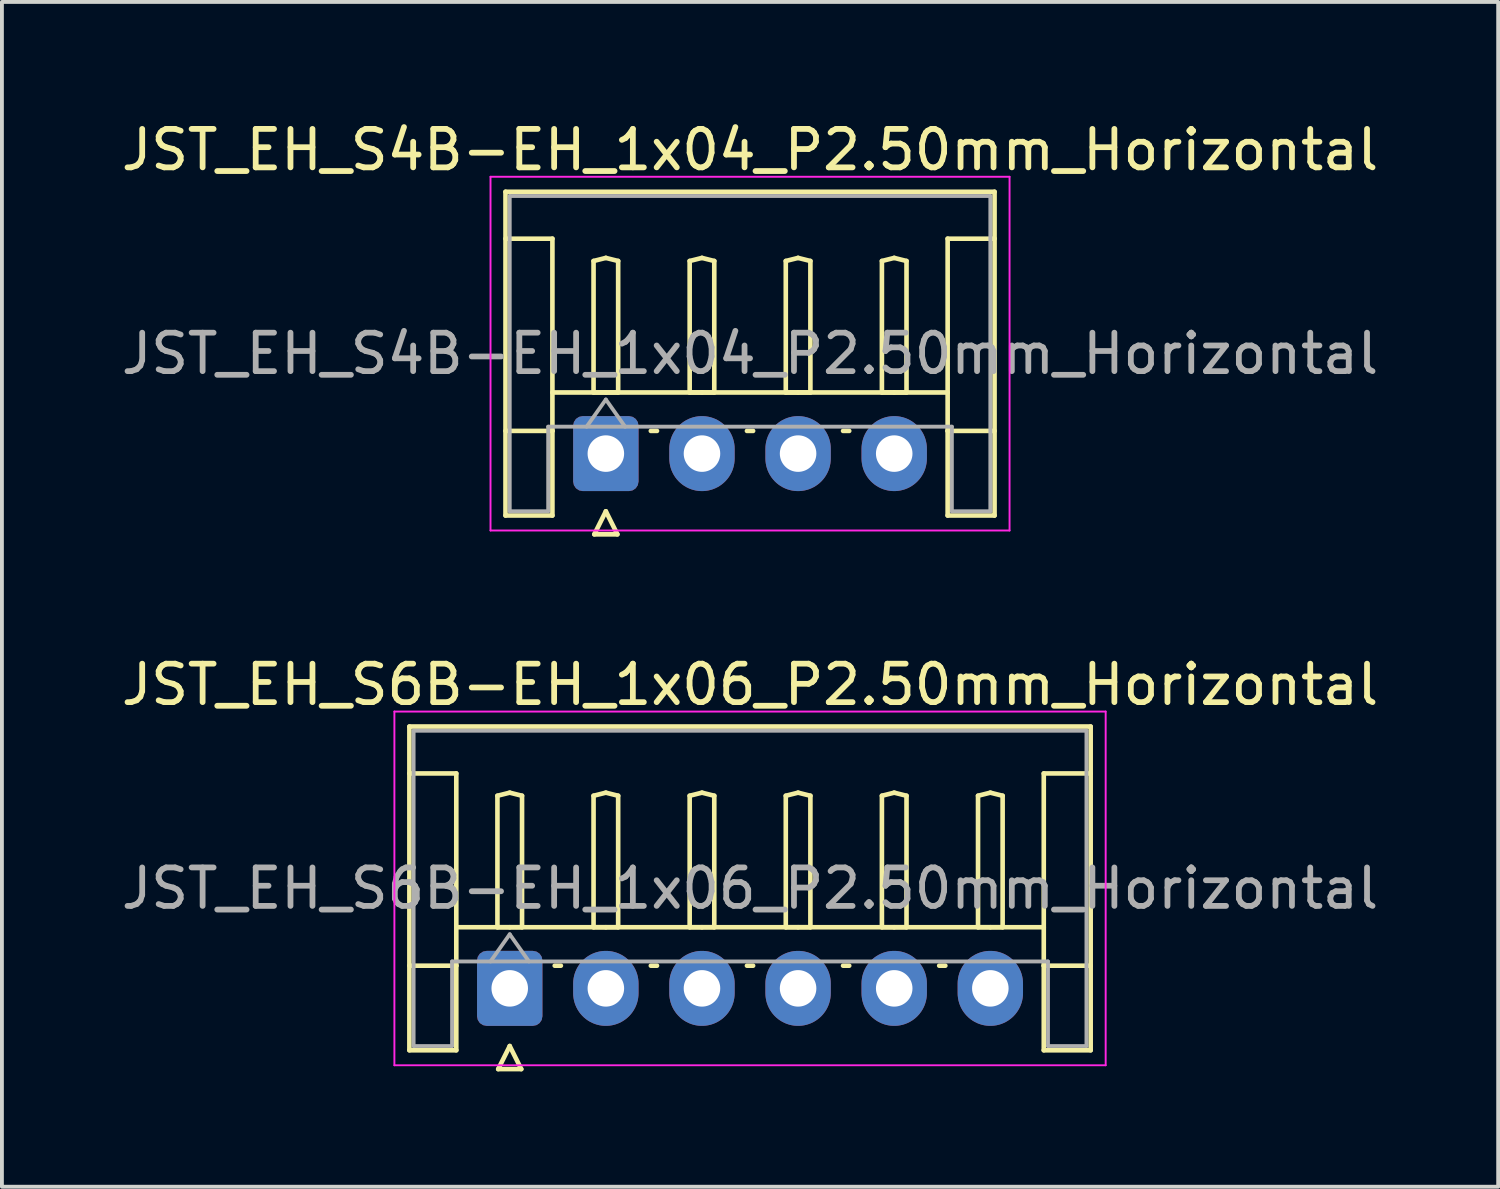
<source format=kicad_pcb>
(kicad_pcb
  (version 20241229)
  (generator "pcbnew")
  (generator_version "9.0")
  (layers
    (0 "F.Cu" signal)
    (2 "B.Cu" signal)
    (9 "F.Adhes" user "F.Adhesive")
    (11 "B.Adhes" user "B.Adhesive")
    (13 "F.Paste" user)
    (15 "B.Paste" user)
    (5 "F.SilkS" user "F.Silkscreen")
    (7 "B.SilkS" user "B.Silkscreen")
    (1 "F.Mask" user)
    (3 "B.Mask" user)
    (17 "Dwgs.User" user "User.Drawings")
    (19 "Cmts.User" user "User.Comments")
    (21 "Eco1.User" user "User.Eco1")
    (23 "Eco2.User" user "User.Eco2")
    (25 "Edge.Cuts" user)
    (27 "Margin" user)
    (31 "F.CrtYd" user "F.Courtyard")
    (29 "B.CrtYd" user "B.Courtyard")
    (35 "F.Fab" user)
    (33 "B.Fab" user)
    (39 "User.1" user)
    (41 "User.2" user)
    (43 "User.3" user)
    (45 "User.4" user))
  (footprint "JST_EH_S6B-EH_1x06_P2.50mm_Horizontal"
    (layer "F.Cu")
    (at 10.208 22.657)
    (property "Reference" "JST_EH_S6B-EH_1x06_P2.50mm_Horizontal" (at 6.25 -7.9 0) (layer "F.SilkS") (effects (font (size 1 1) (thickness 0.15))))
    (attr through_hole)
    (fp_line (start -2.61 -6.81) (end 15.11 -6.81) (stroke (width 0.12) (type solid)) (layer "F.SilkS"))
    (fp_line (start -2.61 -5.59) (end -1.39 -5.59) (stroke (width 0.12) (type solid)) (layer "F.SilkS"))
    (fp_line (start -2.61 1.61) (end -2.61 -6.81) (stroke (width 0.12) (type solid)) (layer "F.SilkS"))
    (fp_line (start -1.39 -5.59) (end -1.39 -0.59) (stroke (width 0.12) (type solid)) (layer "F.SilkS"))
    (fp_line (start -1.39 -1.59) (end 13.89 -1.59) (stroke (width 0.12) (type solid)) (layer "F.SilkS"))
    (fp_line (start -1.39 -0.59) (end -2.61 -0.59) (stroke (width 0.12) (type solid)) (layer "F.SilkS"))
    (fp_line (start -1.39 -0.59) (end -1.39 1.61) (stroke (width 0.12) (type solid)) (layer "F.SilkS"))
    (fp_line (start -1.39 1.61) (end -2.61 1.61) (stroke (width 0.12) (type solid)) (layer "F.SilkS"))
    (fp_line (start -0.32 -5.01) (end 0 -5.09) (stroke (width 0.12) (type solid)) (layer "F.SilkS"))
    (fp_line (start -0.32 -1.59) (end -0.32 -5.01) (stroke (width 0.12) (type solid)) (layer "F.SilkS"))
    (fp_line (start -0.3 2.1) (end 0.3 2.1) (stroke (width 0.12) (type solid)) (layer "F.SilkS"))
    (fp_line (start 0 -5.09) (end 0.32 -5.01) (stroke (width 0.12) (type solid)) (layer "F.SilkS"))
    (fp_line (start 0 -1.59) (end -0.32 -1.59) (stroke (width 0.12) (type solid)) (layer "F.SilkS"))
    (fp_line (start 0 1.5) (end -0.3 2.1) (stroke (width 0.12) (type solid)) (layer "F.SilkS"))
    (fp_line (start 0.3 2.1) (end 0 1.5) (stroke (width 0.12) (type solid)) (layer "F.SilkS"))
    (fp_line (start 0.32 -5.01) (end 0.32 -1.59) (stroke (width 0.12) (type solid)) (layer "F.SilkS"))
    (fp_line (start 0.32 -1.59) (end 0 -1.59) (stroke (width 0.12) (type solid)) (layer "F.SilkS"))
    (fp_line (start 1.17 -0.59) (end 1.33 -0.59) (stroke (width 0.12) (type solid)) (layer "F.SilkS"))
    (fp_line (start 2.18 -5.01) (end 2.5 -5.09) (stroke (width 0.12) (type solid)) (layer "F.SilkS"))
    (fp_line (start 2.18 -1.59) (end 2.18 -5.01) (stroke (width 0.12) (type solid)) (layer "F.SilkS"))
    (fp_line (start 2.5 -5.09) (end 2.82 -5.01) (stroke (width 0.12) (type solid)) (layer "F.SilkS"))
    (fp_line (start 2.5 -1.59) (end 2.18 -1.59) (stroke (width 0.12) (type solid)) (layer "F.SilkS"))
    (fp_line (start 2.82 -5.01) (end 2.82 -1.59) (stroke (width 0.12) (type solid)) (layer "F.SilkS"))
    (fp_line (start 2.82 -1.59) (end 2.5 -1.59) (stroke (width 0.12) (type solid)) (layer "F.SilkS"))
    (fp_line (start 3.67 -0.59) (end 3.83 -0.59) (stroke (width 0.12) (type solid)) (layer "F.SilkS"))
    (fp_line (start 4.68 -5.01) (end 5 -5.09) (stroke (width 0.12) (type solid)) (layer "F.SilkS"))
    (fp_line (start 4.68 -1.59) (end 4.68 -5.01) (stroke (width 0.12) (type solid)) (layer "F.SilkS"))
    (fp_line (start 5 -5.09) (end 5.32 -5.01) (stroke (width 0.12) (type solid)) (layer "F.SilkS"))
    (fp_line (start 5 -1.59) (end 4.68 -1.59) (stroke (width 0.12) (type solid)) (layer "F.SilkS"))
    (fp_line (start 5.32 -5.01) (end 5.32 -1.59) (stroke (width 0.12) (type solid)) (layer "F.SilkS"))
    (fp_line (start 5.32 -1.59) (end 5 -1.59) (stroke (width 0.12) (type solid)) (layer "F.SilkS"))
    (fp_line (start 6.17 -0.59) (end 6.33 -0.59) (stroke (width 0.12) (type solid)) (layer "F.SilkS"))
    (fp_line (start 7.18 -5.01) (end 7.5 -5.09) (stroke (width 0.12) (type solid)) (layer "F.SilkS"))
    (fp_line (start 7.18 -1.59) (end 7.18 -5.01) (stroke (width 0.12) (type solid)) (layer "F.SilkS"))
    (fp_line (start 7.5 -5.09) (end 7.82 -5.01) (stroke (width 0.12) (type solid)) (layer "F.SilkS"))
    (fp_line (start 7.5 -1.59) (end 7.18 -1.59) (stroke (width 0.12) (type solid)) (layer "F.SilkS"))
    (fp_line (start 7.82 -5.01) (end 7.82 -1.59) (stroke (width 0.12) (type solid)) (layer "F.SilkS"))
    (fp_line (start 7.82 -1.59) (end 7.5 -1.59) (stroke (width 0.12) (type solid)) (layer "F.SilkS"))
    (fp_line (start 8.67 -0.59) (end 8.83 -0.59) (stroke (width 0.12) (type solid)) (layer "F.SilkS"))
    (fp_line (start 9.68 -5.01) (end 10 -5.09) (stroke (width 0.12) (type solid)) (layer "F.SilkS"))
    (fp_line (start 9.68 -1.59) (end 9.68 -5.01) (stroke (width 0.12) (type solid)) (layer "F.SilkS"))
    (fp_line (start 10 -5.09) (end 10.32 -5.01) (stroke (width 0.12) (type solid)) (layer "F.SilkS"))
    (fp_line (start 10 -1.59) (end 9.68 -1.59) (stroke (width 0.12) (type solid)) (layer "F.SilkS"))
    (fp_line (start 10.32 -5.01) (end 10.32 -1.59) (stroke (width 0.12) (type solid)) (layer "F.SilkS"))
    (fp_line (start 10.32 -1.59) (end 10 -1.59) (stroke (width 0.12) (type solid)) (layer "F.SilkS"))
    (fp_line (start 11.17 -0.59) (end 11.33 -0.59) (stroke (width 0.12) (type solid)) (layer "F.SilkS"))
    (fp_line (start 12.18 -5.01) (end 12.5 -5.09) (stroke (width 0.12) (type solid)) (layer "F.SilkS"))
    (fp_line (start 12.18 -1.59) (end 12.18 -5.01) (stroke (width 0.12) (type solid)) (layer "F.SilkS"))
    (fp_line (start 12.5 -5.09) (end 12.82 -5.01) (stroke (width 0.12) (type solid)) (layer "F.SilkS"))
    (fp_line (start 12.5 -1.59) (end 12.18 -1.59) (stroke (width 0.12) (type solid)) (layer "F.SilkS"))
    (fp_line (start 12.82 -5.01) (end 12.82 -1.59) (stroke (width 0.12) (type solid)) (layer "F.SilkS"))
    (fp_line (start 12.82 -1.59) (end 12.5 -1.59) (stroke (width 0.12) (type solid)) (layer "F.SilkS"))
    (fp_line (start 13.89 -5.59) (end 13.89 -0.59) (stroke (width 0.12) (type solid)) (layer "F.SilkS"))
    (fp_line (start 13.89 -0.59) (end 15.11 -0.59) (stroke (width 0.12) (type solid)) (layer "F.SilkS"))
    (fp_line (start 13.89 1.61) (end 13.89 -0.59) (stroke (width 0.12) (type solid)) (layer "F.SilkS"))
    (fp_line (start 15.11 -6.81) (end 15.11 1.61) (stroke (width 0.12) (type solid)) (layer "F.SilkS"))
    (fp_line (start 15.11 -5.59) (end 13.89 -5.59) (stroke (width 0.12) (type solid)) (layer "F.SilkS"))
    (fp_line (start 15.11 1.61) (end 13.89 1.61) (stroke (width 0.12) (type solid)) (layer "F.SilkS"))
    (fp_line (start -3 -7.2) (end -3 2) (stroke (width 0.05) (type solid)) (layer "F.CrtYd"))
    (fp_line (start -3 2) (end 15.5 2) (stroke (width 0.05) (type solid)) (layer "F.CrtYd"))
    (fp_line (start 15.5 -7.2) (end -3 -7.2) (stroke (width 0.05) (type solid)) (layer "F.CrtYd"))
    (fp_line (start 15.5 2) (end 15.5 -7.2) (stroke (width 0.05) (type solid)) (layer "F.CrtYd"))
    (fp_line (start -2.5 -6.7) (end 15 -6.7) (stroke (width 0.1) (type solid)) (layer "F.Fab"))
    (fp_line (start -2.5 1.5) (end -2.5 -6.7) (stroke (width 0.1) (type solid)) (layer "F.Fab"))
    (fp_line (start -1.5 -0.7) (end -1.5 1.5) (stroke (width 0.1) (type solid)) (layer "F.Fab"))
    (fp_line (start -1.5 1.5) (end -2.5 1.5) (stroke (width 0.1) (type solid)) (layer "F.Fab"))
    (fp_line (start -0.5 -0.7) (end 0 -1.407) (stroke (width 0.1) (type solid)) (layer "F.Fab"))
    (fp_line (start 0 -1.407) (end 0.5 -0.7) (stroke (width 0.1) (type solid)) (layer "F.Fab"))
    (fp_line (start 14 -0.7) (end -1.5 -0.7) (stroke (width 0.1) (type solid)) (layer "F.Fab"))
    (fp_line (start 14 1.5) (end 14 -0.7) (stroke (width 0.1) (type solid)) (layer "F.Fab"))
    (fp_line (start 15 -6.7) (end 15 1.5) (stroke (width 0.1) (type solid)) (layer "F.Fab"))
    (fp_line (start 15 1.5) (end 14 1.5) (stroke (width 0.1) (type solid)) (layer "F.Fab"))
    (fp_text user "${REFERENCE}" (at 6.25 -2.6 0) (layer "F.Fab") (effects (font (size 1 1) (thickness 0.15))))
    (pad "1" thru_hole roundrect (at 0 0) (size 1.7 1.95) (drill 0.95) (layers "*.Cu" "*.Mask") (roundrect_rratio 0.147))
    (pad "2" thru_hole oval (at 2.5 0) (size 1.7 1.95) (drill 0.95) (layers "*.Cu" "*.Mask"))
    (pad "3" thru_hole oval (at 5 0) (size 1.7 1.95) (drill 0.95) (layers "*.Cu" "*.Mask"))
    (pad "4" thru_hole oval (at 7.5 0) (size 1.7 1.95) (drill 0.95) (layers "*.Cu" "*.Mask"))
    (pad "5" thru_hole oval (at 10 0) (size 1.7 1.95) (drill 0.95) (layers "*.Cu" "*.Mask"))
    (pad "6" thru_hole oval (at 12.5 0) (size 1.7 1.95) (drill 0.95) (layers "*.Cu" "*.Mask")))
  (footprint "JST_EH_S4B-EH_1x04_P2.50mm_Horizontal"
    (layer "F.Cu")
    (at 12.708 8.748)
    (property "Reference" "JST_EH_S4B-EH_1x04_P2.50mm_Horizontal" (at 3.75 -7.9 0) (layer "F.SilkS") (effects (font (size 1 1) (thickness 0.15))))
    (attr through_hole)
    (fp_line (start -2.61 -6.81) (end 10.11 -6.81) (stroke (width 0.12) (type solid)) (layer "F.SilkS"))
    (fp_line (start -2.61 -5.59) (end -1.39 -5.59) (stroke (width 0.12) (type solid)) (layer "F.SilkS"))
    (fp_line (start -2.61 1.61) (end -2.61 -6.81) (stroke (width 0.12) (type solid)) (layer "F.SilkS"))
    (fp_line (start -1.39 -5.59) (end -1.39 -0.59) (stroke (width 0.12) (type solid)) (layer "F.SilkS"))
    (fp_line (start -1.39 -1.59) (end 8.89 -1.59) (stroke (width 0.12) (type solid)) (layer "F.SilkS"))
    (fp_line (start -1.39 -0.59) (end -2.61 -0.59) (stroke (width 0.12) (type solid)) (layer "F.SilkS"))
    (fp_line (start -1.39 -0.59) (end -1.39 1.61) (stroke (width 0.12) (type solid)) (layer "F.SilkS"))
    (fp_line (start -1.39 1.61) (end -2.61 1.61) (stroke (width 0.12) (type solid)) (layer "F.SilkS"))
    (fp_line (start -0.32 -5.01) (end 0 -5.09) (stroke (width 0.12) (type solid)) (layer "F.SilkS"))
    (fp_line (start -0.32 -1.59) (end -0.32 -5.01) (stroke (width 0.12) (type solid)) (layer "F.SilkS"))
    (fp_line (start -0.3 2.1) (end 0.3 2.1) (stroke (width 0.12) (type solid)) (layer "F.SilkS"))
    (fp_line (start 0 -5.09) (end 0.32 -5.01) (stroke (width 0.12) (type solid)) (layer "F.SilkS"))
    (fp_line (start 0 -1.59) (end -0.32 -1.59) (stroke (width 0.12) (type solid)) (layer "F.SilkS"))
    (fp_line (start 0 1.5) (end -0.3 2.1) (stroke (width 0.12) (type solid)) (layer "F.SilkS"))
    (fp_line (start 0.3 2.1) (end 0 1.5) (stroke (width 0.12) (type solid)) (layer "F.SilkS"))
    (fp_line (start 0.32 -5.01) (end 0.32 -1.59) (stroke (width 0.12) (type solid)) (layer "F.SilkS"))
    (fp_line (start 0.32 -1.59) (end 0 -1.59) (stroke (width 0.12) (type solid)) (layer "F.SilkS"))
    (fp_line (start 1.17 -0.59) (end 1.33 -0.59) (stroke (width 0.12) (type solid)) (layer "F.SilkS"))
    (fp_line (start 2.18 -5.01) (end 2.5 -5.09) (stroke (width 0.12) (type solid)) (layer "F.SilkS"))
    (fp_line (start 2.18 -1.59) (end 2.18 -5.01) (stroke (width 0.12) (type solid)) (layer "F.SilkS"))
    (fp_line (start 2.5 -5.09) (end 2.82 -5.01) (stroke (width 0.12) (type solid)) (layer "F.SilkS"))
    (fp_line (start 2.5 -1.59) (end 2.18 -1.59) (stroke (width 0.12) (type solid)) (layer "F.SilkS"))
    (fp_line (start 2.82 -5.01) (end 2.82 -1.59) (stroke (width 0.12) (type solid)) (layer "F.SilkS"))
    (fp_line (start 2.82 -1.59) (end 2.5 -1.59) (stroke (width 0.12) (type solid)) (layer "F.SilkS"))
    (fp_line (start 3.67 -0.59) (end 3.83 -0.59) (stroke (width 0.12) (type solid)) (layer "F.SilkS"))
    (fp_line (start 4.68 -5.01) (end 5 -5.09) (stroke (width 0.12) (type solid)) (layer "F.SilkS"))
    (fp_line (start 4.68 -1.59) (end 4.68 -5.01) (stroke (width 0.12) (type solid)) (layer "F.SilkS"))
    (fp_line (start 5 -5.09) (end 5.32 -5.01) (stroke (width 0.12) (type solid)) (layer "F.SilkS"))
    (fp_line (start 5 -1.59) (end 4.68 -1.59) (stroke (width 0.12) (type solid)) (layer "F.SilkS"))
    (fp_line (start 5.32 -5.01) (end 5.32 -1.59) (stroke (width 0.12) (type solid)) (layer "F.SilkS"))
    (fp_line (start 5.32 -1.59) (end 5 -1.59) (stroke (width 0.12) (type solid)) (layer "F.SilkS"))
    (fp_line (start 6.17 -0.59) (end 6.33 -0.59) (stroke (width 0.12) (type solid)) (layer "F.SilkS"))
    (fp_line (start 7.18 -5.01) (end 7.5 -5.09) (stroke (width 0.12) (type solid)) (layer "F.SilkS"))
    (fp_line (start 7.18 -1.59) (end 7.18 -5.01) (stroke (width 0.12) (type solid)) (layer "F.SilkS"))
    (fp_line (start 7.5 -5.09) (end 7.82 -5.01) (stroke (width 0.12) (type solid)) (layer "F.SilkS"))
    (fp_line (start 7.5 -1.59) (end 7.18 -1.59) (stroke (width 0.12) (type solid)) (layer "F.SilkS"))
    (fp_line (start 7.82 -5.01) (end 7.82 -1.59) (stroke (width 0.12) (type solid)) (layer "F.SilkS"))
    (fp_line (start 7.82 -1.59) (end 7.5 -1.59) (stroke (width 0.12) (type solid)) (layer "F.SilkS"))
    (fp_line (start 8.89 -5.59) (end 8.89 -0.59) (stroke (width 0.12) (type solid)) (layer "F.SilkS"))
    (fp_line (start 8.89 -0.59) (end 10.11 -0.59) (stroke (width 0.12) (type solid)) (layer "F.SilkS"))
    (fp_line (start 8.89 1.61) (end 8.89 -0.59) (stroke (width 0.12) (type solid)) (layer "F.SilkS"))
    (fp_line (start 10.11 -6.81) (end 10.11 1.61) (stroke (width 0.12) (type solid)) (layer "F.SilkS"))
    (fp_line (start 10.11 -5.59) (end 8.89 -5.59) (stroke (width 0.12) (type solid)) (layer "F.SilkS"))
    (fp_line (start 10.11 1.61) (end 8.89 1.61) (stroke (width 0.12) (type solid)) (layer "F.SilkS"))
    (fp_line (start -3 -7.2) (end -3 2) (stroke (width 0.05) (type solid)) (layer "F.CrtYd"))
    (fp_line (start -3 2) (end 10.5 2) (stroke (width 0.05) (type solid)) (layer "F.CrtYd"))
    (fp_line (start 10.5 -7.2) (end -3 -7.2) (stroke (width 0.05) (type solid)) (layer "F.CrtYd"))
    (fp_line (start 10.5 2) (end 10.5 -7.2) (stroke (width 0.05) (type solid)) (layer "F.CrtYd"))
    (fp_line (start -2.5 -6.7) (end 10 -6.7) (stroke (width 0.1) (type solid)) (layer "F.Fab"))
    (fp_line (start -2.5 1.5) (end -2.5 -6.7) (stroke (width 0.1) (type solid)) (layer "F.Fab"))
    (fp_line (start -1.5 -0.7) (end -1.5 1.5) (stroke (width 0.1) (type solid)) (layer "F.Fab"))
    (fp_line (start -1.5 1.5) (end -2.5 1.5) (stroke (width 0.1) (type solid)) (layer "F.Fab"))
    (fp_line (start -0.5 -0.7) (end 0 -1.407) (stroke (width 0.1) (type solid)) (layer "F.Fab"))
    (fp_line (start 0 -1.407) (end 0.5 -0.7) (stroke (width 0.1) (type solid)) (layer "F.Fab"))
    (fp_line (start 9 -0.7) (end -1.5 -0.7) (stroke (width 0.1) (type solid)) (layer "F.Fab"))
    (fp_line (start 9 1.5) (end 9 -0.7) (stroke (width 0.1) (type solid)) (layer "F.Fab"))
    (fp_line (start 10 -6.7) (end 10 1.5) (stroke (width 0.1) (type solid)) (layer "F.Fab"))
    (fp_line (start 10 1.5) (end 9 1.5) (stroke (width 0.1) (type solid)) (layer "F.Fab"))
    (fp_text user "${REFERENCE}" (at 3.75 -2.6 0) (layer "F.Fab") (effects (font (size 1 1) (thickness 0.15))))
    (pad "1" thru_hole roundrect (at 0 0) (size 1.7 1.95) (drill 0.95) (layers "*.Cu" "*.Mask") (roundrect_rratio 0.147))
    (pad "2" thru_hole oval (at 2.5 0) (size 1.7 1.95) (drill 0.95) (layers "*.Cu" "*.Mask"))
    (pad "3" thru_hole oval (at 5 0) (size 1.7 1.95) (drill 0.95) (layers "*.Cu" "*.Mask"))
    (pad "4" thru_hole oval (at 7.5 0) (size 1.7 1.95) (drill 0.95) (layers "*.Cu" "*.Mask")))
  (gr_rect
    (start -3 -3)
    (end 35.917 27.817)
    (stroke (width 0.1) (type default))
    (fill no)
    (layer "Edge.Cuts")))
</source>
